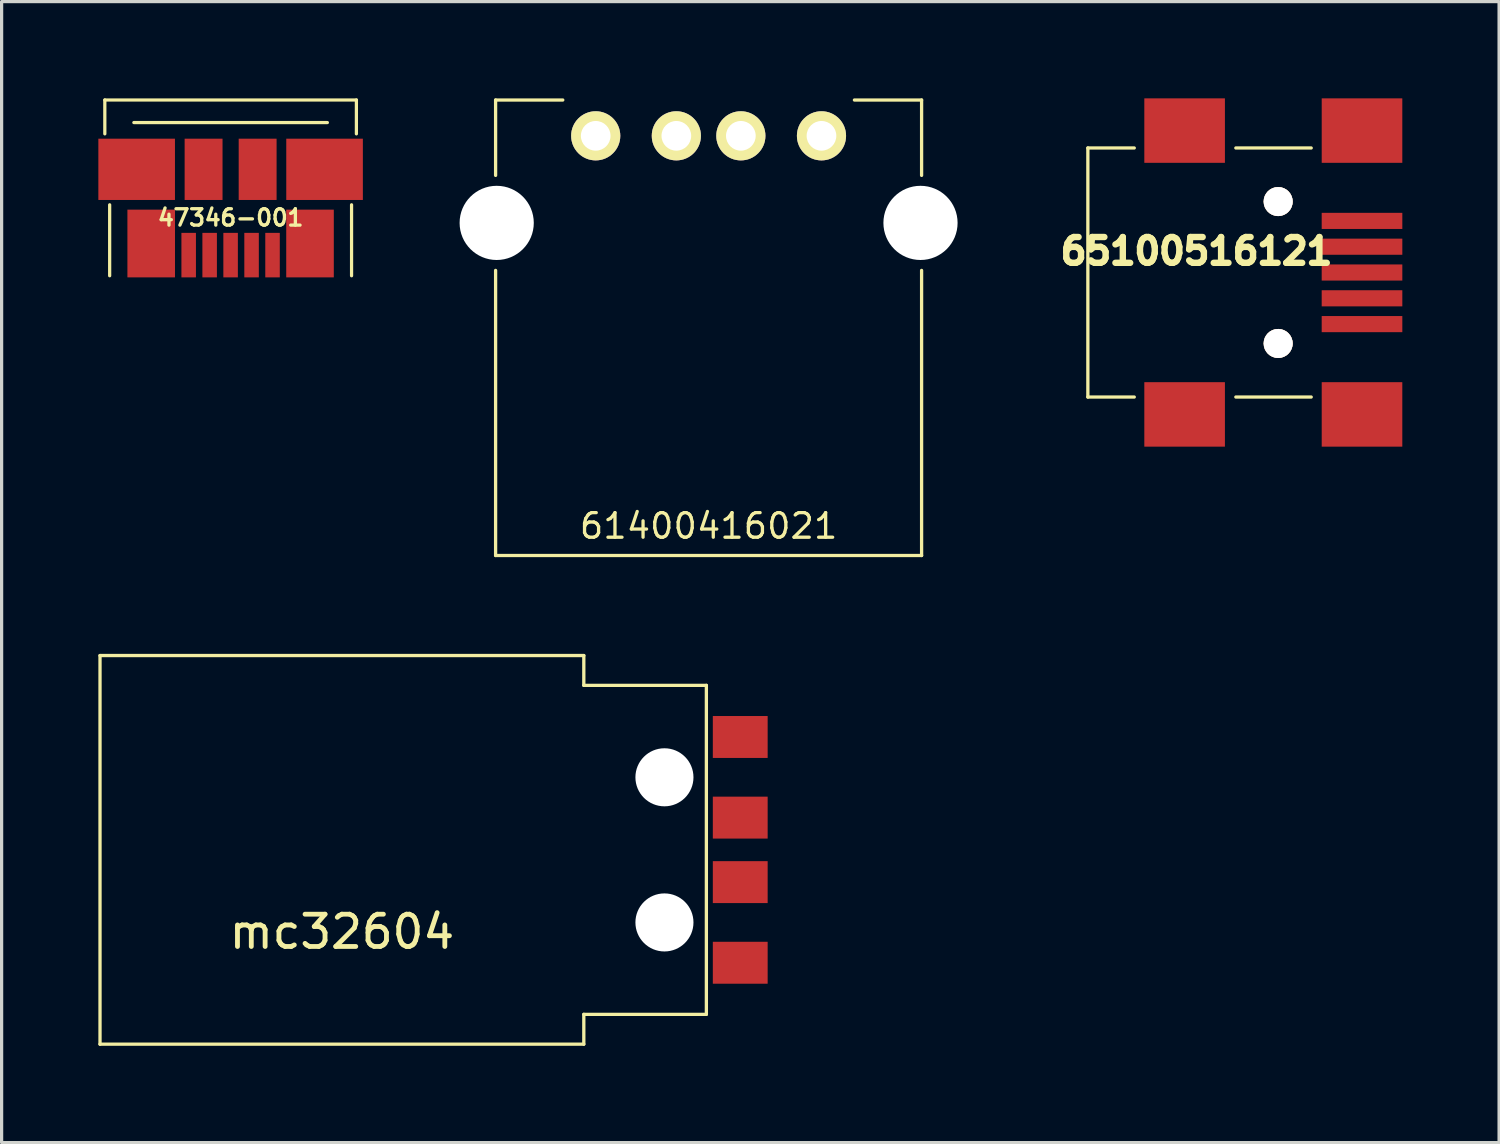
<source format=kicad_pcb>
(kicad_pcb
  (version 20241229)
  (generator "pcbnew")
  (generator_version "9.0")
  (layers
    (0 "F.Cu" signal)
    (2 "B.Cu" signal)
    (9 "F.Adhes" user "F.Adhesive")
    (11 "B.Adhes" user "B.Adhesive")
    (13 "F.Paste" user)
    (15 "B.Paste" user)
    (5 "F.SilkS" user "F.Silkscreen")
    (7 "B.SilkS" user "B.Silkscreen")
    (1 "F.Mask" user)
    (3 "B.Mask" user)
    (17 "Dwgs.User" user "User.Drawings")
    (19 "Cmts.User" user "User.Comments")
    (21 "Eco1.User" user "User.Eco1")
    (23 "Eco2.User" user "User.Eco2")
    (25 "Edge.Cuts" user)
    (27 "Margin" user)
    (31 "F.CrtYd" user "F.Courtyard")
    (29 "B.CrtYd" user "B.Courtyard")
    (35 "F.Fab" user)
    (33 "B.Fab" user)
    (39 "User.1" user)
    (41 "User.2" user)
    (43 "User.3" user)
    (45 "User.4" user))
  (footprint "mc32604"
    (layer "F.Cu")
    (at 17.551 23.3)
    (property "Reference" "mc32604" (at -10 2.54 0) (layer "F.SilkS") (effects (font (size 1 1) (thickness 0.15))))
    (attr through_hole)
    (fp_line (start -17.5 -6.025) (end -17.5 6.025) (stroke (width 0.102) (type solid)) (layer "F.SilkS"))
    (fp_line (start -17.5 6.025) (end -2.5 6.025) (stroke (width 0.102) (type solid)) (layer "F.SilkS"))
    (fp_line (start -2.5 -6.025) (end -17.5 -6.025) (stroke (width 0.102) (type solid)) (layer "F.SilkS"))
    (fp_line (start -2.5 -6.025) (end -2.5 -5.1) (stroke (width 0.102) (type solid)) (layer "F.SilkS"))
    (fp_line (start -2.5 -5.1) (end 1.3 -5.1) (stroke (width 0.102) (type solid)) (layer "F.SilkS"))
    (fp_line (start -2.5 5.1) (end 1.3 5.1) (stroke (width 0.102) (type solid)) (layer "F.SilkS"))
    (fp_line (start -2.5 6.025) (end -2.5 5.1) (stroke (width 0.102) (type solid)) (layer "F.SilkS"))
    (fp_line (start 1.3 -5.1) (end 1.3 5.1) (stroke (width 0.102) (type solid)) (layer "F.SilkS"))
    (pad "" np_thru_hole circle (at 0 -2.25) (size 1.8 1.8) (drill 1.8) (layers "*.Cu" "*.Mask"))
    (pad "" np_thru_hole circle (at 0 2.25) (size 1.8 1.8) (drill 1.8) (layers "*.Cu" "*.Mask"))
    (pad "1" smd rect (at 2.35 3.5) (size 1.7 1.3) (layers "F.Cu" "F.Mask" "F.Paste"))
    (pad "2" smd rect (at 2.35 1) (size 1.7 1.3) (layers "F.Cu" "F.Mask" "F.Paste"))
    (pad "3" smd rect (at 2.35 -1) (size 1.7 1.3) (layers "F.Cu" "F.Mask" "F.Paste"))
    (pad "4" smd rect (at 2.35 -3.5) (size 1.7 1.3) (layers "F.Cu" "F.Mask" "F.Paste")))
  (footprint "61400416021"
    (layer "F.Cu")
    (at 18.92 3.861)
    (property "Reference" "61400416021" (at 0 9.398 0) (layer "F.SilkS") (effects (font (size 0.762 0.762) (thickness 0.102))))
    (attr through_hole)
    (fp_line (start -6.604 -3.81) (end -6.604 -1.473) (stroke (width 0.102) (type solid)) (layer "F.SilkS"))
    (fp_line (start -6.604 -3.81) (end -4.521 -3.81) (stroke (width 0.102) (type solid)) (layer "F.SilkS"))
    (fp_line (start -6.604 10.312) (end -6.604 1.473) (stroke (width 0.102) (type solid)) (layer "F.SilkS"))
    (fp_line (start -6.604 10.312) (end 6.604 10.312) (stroke (width 0.102) (type solid)) (layer "F.SilkS"))
    (fp_line (start 6.604 -3.81) (end 4.521 -3.81) (stroke (width 0.102) (type solid)) (layer "F.SilkS"))
    (fp_line (start 6.604 -3.81) (end 6.604 -1.473) (stroke (width 0.102) (type solid)) (layer "F.SilkS"))
    (fp_line (start 6.604 10.312) (end 6.604 1.473) (stroke (width 0.102) (type solid)) (layer "F.SilkS"))
    (pad "" np_thru_hole circle (at -6.57 0) (size 2.3 2.3) (drill 2.3) (layers "*.Cu" "*.Mask"))
    (pad "" np_thru_hole circle (at 6.57 0) (size 2.3 2.3) (drill 2.3) (layers "*.Cu" "*.Mask"))
    (pad "1" thru_hole circle (at 3.5 -2.7) (size 1.524 1.524) (drill 0.92) (layers "*.Cu" "*.Mask" "F.SilkS"))
    (pad "2" thru_hole circle (at 1 -2.7) (size 1.524 1.524) (drill 0.92) (layers "*.Cu" "*.Mask" "F.SilkS"))
    (pad "3" thru_hole circle (at -1 -2.7) (size 1.524 1.524) (drill 0.92) (layers "*.Cu" "*.Mask" "F.SilkS"))
    (pad "4" thru_hole circle (at -3.5 -2.7) (size 1.524 1.524) (drill 0.92) (layers "*.Cu" "*.Mask" "F.SilkS")))
  (footprint "65100516121"
    (layer "F.Cu")
    (at 39.179 5.399)
    (property "Reference" "65100516121" (at -5.131 -0.66 0) (layer "F.SilkS") (effects (font (size 0.8 0.8) (thickness 0.198))))
    (attr through_hole)
    (fp_line (start -8.5 -3.861) (end -8.5 3.861) (stroke (width 0.102) (type solid)) (layer "F.SilkS"))
    (fp_line (start -8.5 3.861) (end -7.061 3.861) (stroke (width 0.102) (type solid)) (layer "F.SilkS"))
    (fp_line (start -7.061 -3.861) (end -8.5 -3.861) (stroke (width 0.102) (type solid)) (layer "F.SilkS"))
    (fp_line (start -3.912 3.861) (end -1.575 3.861) (stroke (width 0.102) (type solid)) (layer "F.SilkS"))
    (fp_line (start -1.575 -3.861) (end -3.912 -3.861) (stroke (width 0.102) (type solid)) (layer "F.SilkS"))
    (pad "" np_thru_hole circle (at -2.6 -2.2) (size 0.9 0.9) (drill 0.9) (layers "*.Cu" "*.SilkS" "*.Mask"))
    (pad "" np_thru_hole circle (at -2.6 2.2) (size 0.9 0.9) (drill 0.9) (layers "*.Cu" "*.SilkS" "*.Mask"))
    (pad "1" smd rect (at 0 -1.6) (size 2.5 0.5) (layers "F.Cu" "F.Mask" "F.Paste"))
    (pad "2" smd rect (at 0 -0.8) (size 2.5 0.5) (layers "F.Cu" "F.Mask" "F.Paste"))
    (pad "3" smd rect (at 0 0) (size 2.5 0.5) (layers "F.Cu" "F.Mask" "F.Paste"))
    (pad "4" smd rect (at 0 0.8) (size 2.5 0.5) (layers "F.Cu" "F.Mask" "F.Paste"))
    (pad "5" smd rect (at 0 1.6) (size 2.5 0.5) (layers "F.Cu" "F.Mask" "F.Paste"))
    (pad "SHLD" smd rect (at -5.5 -4.4) (size 2.499 1.999) (layers "F.Cu" "F.Mask" "F.Paste"))
    (pad "SHLD" smd rect (at -5.5 4.4) (size 2.499 1.999) (layers "F.Cu" "F.Mask" "F.Paste"))
    (pad "SHLD" smd rect (at 0 -4.4) (size 2.499 1.999) (layers "F.Cu" "F.Mask" "F.Paste"))
    (pad "SHLD" smd rect (at 0 4.4) (size 2.499 1.999) (layers "F.Cu" "F.Mask" "F.Paste")))
  (footprint "47346-001"
    (layer "F.Cu")
    (at 4.1 2.2)
    (property "Reference" "47346-001" (at 0 1.5 0) (layer "F.SilkS") (effects (font (size 0.508 0.508) (thickness 0.102))))
    (attr through_hole)
    (fp_line (start -3.9 -2.15) (end -3.9 -1.1) (stroke (width 0.1) (type solid)) (layer "F.SilkS"))
    (fp_line (start -3.9 -2.15) (end 3.9 -2.15) (stroke (width 0.1) (type solid)) (layer "F.SilkS"))
    (fp_line (start -3.75 3.3) (end -3.75 1.1) (stroke (width 0.1) (type solid)) (layer "F.SilkS"))
    (fp_line (start -3 -1.45) (end 3 -1.45) (stroke (width 0.1) (type solid)) (layer "F.SilkS"))
    (fp_line (start 3.75 3.3) (end 3.75 1.1) (stroke (width 0.1) (type solid)) (layer "F.SilkS"))
    (fp_line (start 3.9 -2.15) (end 3.9 -1.1) (stroke (width 0.1) (type solid)) (layer "F.SilkS"))
    (pad "0" smd rect (at -2.913 0) (size 2.375 1.9) (layers "F.Cu" "F.Mask" "F.Paste"))
    (pad "0" smd rect (at -2.462 2.3) (size 1.475 2.1) (layers "F.Cu" "F.Mask" "F.Paste"))
    (pad "0" smd rect (at -0.838 0) (size 1.175 1.9) (layers "F.Cu" "F.Mask" "F.Paste"))
    (pad "0" smd rect (at 0.838 0) (size 1.175 1.9) (layers "F.Cu" "F.Mask" "F.Paste"))
    (pad "0" smd rect (at 2.462 2.3) (size 1.475 2.1) (layers "F.Cu" "F.Mask" "F.Paste"))
    (pad "0" smd rect (at 2.913 0) (size 2.375 1.9) (layers "F.Cu" "F.Mask" "F.Paste"))
    (pad "1" smd rect (at 1.3 2.66) (size 0.45 1.38) (layers "F.Cu" "F.Mask" "F.Paste"))
    (pad "2" smd rect (at 0.65 2.66) (size 0.45 1.38) (layers "F.Cu" "F.Mask" "F.Paste"))
    (pad "3" smd rect (at 0 2.66) (size 0.45 1.38) (layers "F.Cu" "F.Mask" "F.Paste"))
    (pad "4" smd rect (at -0.65 2.66) (size 0.45 1.38) (layers "F.Cu" "F.Mask" "F.Paste"))
    (pad "5" smd rect (at -1.3 2.66) (size 0.45 1.38) (layers "F.Cu" "F.Mask" "F.Paste")))
  (gr_rect
    (start -3 -3)
    (end 43.429 32.376)
    (stroke (width 0.1) (type default))
    (fill no)
    (layer "Edge.Cuts")))
</source>
